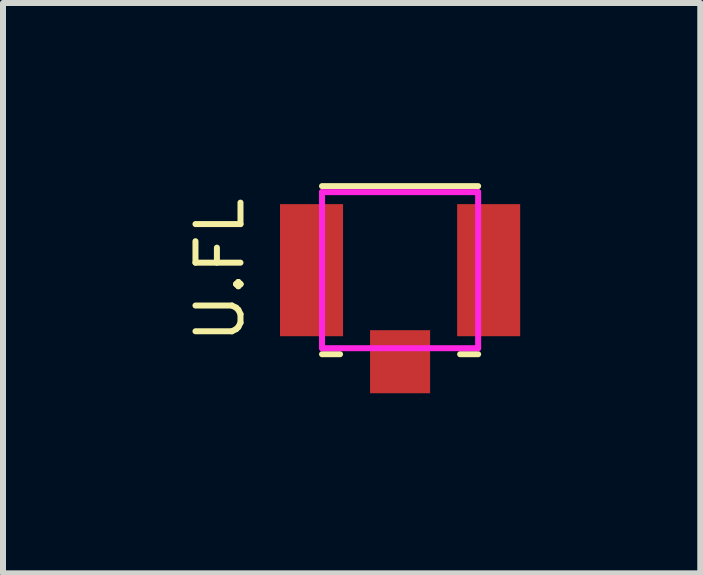
<source format=kicad_pcb>
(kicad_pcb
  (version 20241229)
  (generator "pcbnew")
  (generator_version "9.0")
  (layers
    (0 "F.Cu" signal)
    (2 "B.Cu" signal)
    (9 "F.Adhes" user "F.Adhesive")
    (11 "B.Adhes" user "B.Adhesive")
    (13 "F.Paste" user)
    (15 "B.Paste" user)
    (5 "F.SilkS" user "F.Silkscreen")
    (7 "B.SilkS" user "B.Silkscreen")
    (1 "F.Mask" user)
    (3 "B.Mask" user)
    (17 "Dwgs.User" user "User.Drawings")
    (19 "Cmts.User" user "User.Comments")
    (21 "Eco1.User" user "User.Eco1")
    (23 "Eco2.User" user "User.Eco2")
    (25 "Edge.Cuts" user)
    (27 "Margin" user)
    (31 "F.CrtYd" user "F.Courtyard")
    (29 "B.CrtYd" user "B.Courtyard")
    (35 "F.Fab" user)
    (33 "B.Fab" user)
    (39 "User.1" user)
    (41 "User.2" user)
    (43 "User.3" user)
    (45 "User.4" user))
  (footprint "U.FL"
    (layer "F.Cu")
    (at 3.614 1.45)
    (property "Reference" "U.FL" (at -3 0 90) (layer "F.SilkS") (effects (font (size 0.75 0.75) (thickness 0.1))))
    (attr through_hole)
    (fp_line (start -1.3 -1.4) (end 1.3 -1.4) (stroke (width 0.1) (type solid)) (layer "F.SilkS"))
    (fp_line (start -1.3 1.4) (end -1 1.4) (stroke (width 0.1) (type solid)) (layer "F.SilkS"))
    (fp_line (start 1 1.4) (end 1.3 1.4) (stroke (width 0.1) (type solid)) (layer "F.SilkS"))
    (fp_line (start -1.3 -1.3) (end -1.3 1.3) (stroke (width 0.1) (type solid)) (layer "F.CrtYd"))
    (fp_line (start -1.3 -1.3) (end 1.3 -1.3) (stroke (width 0.1) (type solid)) (layer "F.CrtYd"))
    (fp_line (start -1.3 1.3) (end 1.3 1.3) (stroke (width 0.1) (type solid)) (layer "F.CrtYd"))
    (fp_line (start 1.3 -1.3) (end 1.3 1.3) (stroke (width 0.1) (type solid)) (layer "F.CrtYd"))
    (pad "1" smd rect (at 0 1.525) (size 1 1.05) (layers "F.Cu" "F.Mask" "F.Paste"))
    (pad "2" smd rect (at -1.475 0) (size 1.05 2.2) (layers "F.Cu" "F.Mask" "F.Paste"))
    (pad "2" smd rect (at 1.475 0) (size 1.05 2.2) (layers "F.Cu" "F.Mask" "F.Paste")))
  (gr_rect
    (start -3 -3)
    (end 8.614 6.5)
    (stroke (width 0.1) (type default))
    (fill no)
    (layer "Edge.Cuts")))
</source>
